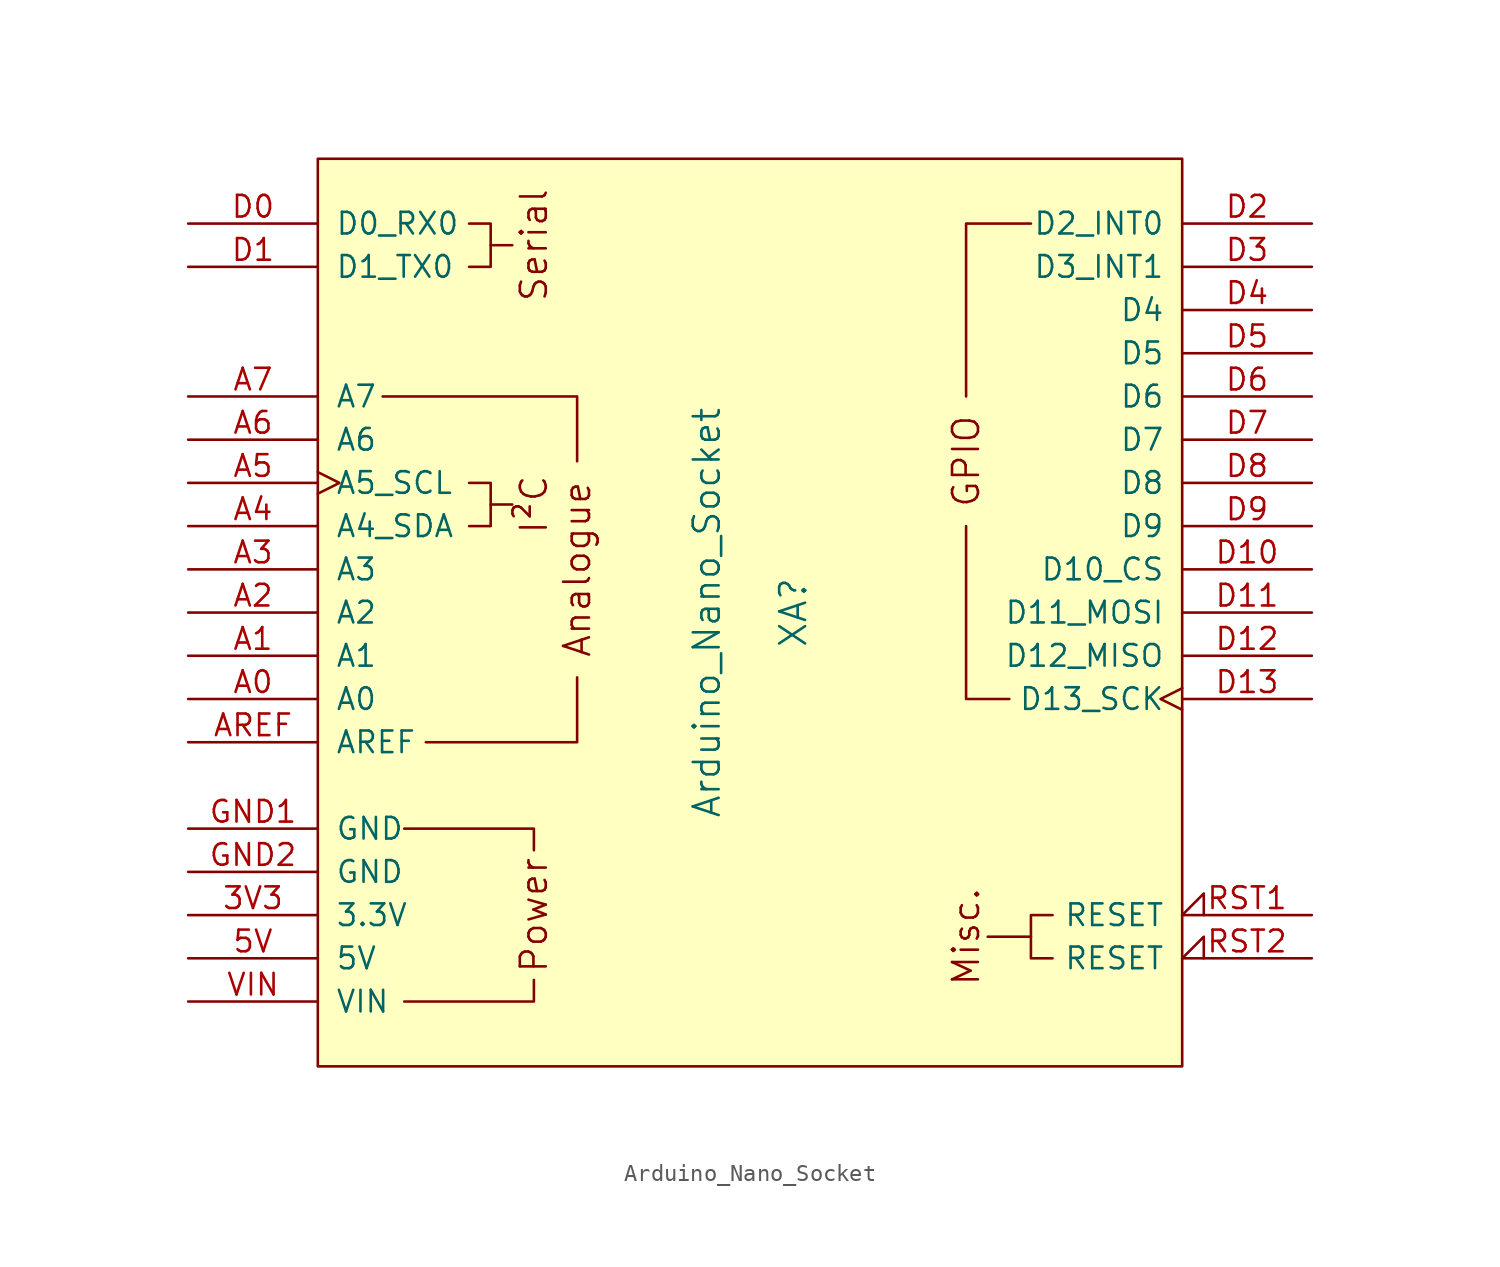
<source format=kicad_sym>
(kicad_symbol_lib
  (version 20211014)
  (generator kicad_symbol_editor)
  (symbol "Arduino_Nano_Socket"
    (pin_names
      (offset 1.016))
    (property "Reference" "XA"
      (at 2.54 0 90)
      (effects (font (size 1.524 1.524))))
    (property "Value" "Arduino_Nano_Socket"
      (at -2.54 0 90)
      (effects (font (size 1.524 1.524))))
    (symbol "Arduino_Nano_Socket_0_0"
      (rectangle (start -25.4 26.67) (end 25.4 -26.67) (stroke (width 0) (type default) (color 0 0 0 0)) (fill (type background)))
      (polyline (pts (xy -15.24 6.35) (xy -13.97 6.35)) (stroke (width 0) (type default) (color 0 0 0 0)) (fill (type none)))
      (polyline (pts (xy -15.24 21.59) (xy -13.97 21.59)) (stroke (width 0) (type default) (color 0 0 0 0)) (fill (type none)))
      (polyline (pts (xy 16.51 -19.05) (xy 13.97 -19.05)) (stroke (width 0) (type default) (color 0 0 0 0)) (fill (type none)))
      (polyline (pts (xy -20.32 -22.86) (xy -12.7 -22.86) (xy -12.7 -21.59)) (stroke (width 0) (type default) (color 0 0 0 0)) (fill (type none)))
      (polyline (pts (xy -12.7 -13.97) (xy -12.7 -12.7) (xy -20.32 -12.7)) (stroke (width 0) (type default) (color 0 0 0 0)) (fill (type none)))
      (polyline (pts (xy -16.51 7.62) (xy -15.24 7.62) (xy -15.24 5.08) (xy -16.51 5.08)) (stroke (width 0) (type default) (color 0 0 0 0)) (fill (type none)))
      (polyline (pts (xy -16.51 22.86) (xy -15.24 22.86) (xy -15.24 20.32) (xy -16.51 20.32)) (stroke (width 0) (type default) (color 0 0 0 0)) (fill (type none)))
      (text "Analogue" (at -10.16 2.54 900) (effects (font (size 1.524 1.524))))
      (text "I²C" (at -12.7 6.35 900) (effects (font (size 1.524 1.524))))
      (text "Misc." (at 12.7 -19.05 900) (effects (font (size 1.524 1.524))))
      (text "Power" (at -12.7 -17.78 900) (effects (font (size 1.524 1.524))))
      (text "Serial" (at -12.7 21.59 900) (effects (font (size 1.524 1.524)))))
    (symbol "Arduino_Nano_Socket_0_1"
      (polyline (pts (xy -21.59 12.7) (xy -10.16 12.7) (xy -10.16 8.89)) (stroke (width 0) (type default) (color 0 0 0 0)) (fill (type none)))
      (polyline (pts (xy -19.05 -7.62) (xy -10.16 -7.62) (xy -10.16 -3.81)) (stroke (width 0) (type default) (color 0 0 0 0)) (fill (type none)))
      (polyline (pts (xy 15.24 -5.08) (xy 12.7 -5.08) (xy 12.7 5.08)) (stroke (width 0) (type default) (color 0 0 0 0)) (fill (type none)))
      (polyline (pts (xy 16.51 22.86) (xy 12.7 22.86) (xy 12.7 12.7)) (stroke (width 0) (type default) (color 0 0 0 0)) (fill (type none)))
      (polyline (pts (xy 17.78 -17.78) (xy 16.51 -17.78) (xy 16.51 -20.32) (xy 17.78 -20.32)) (stroke (width 0) (type default) (color 0 0 0 0)) (fill (type none))))
    (symbol "Arduino_Nano_Socket_1_0"
      (text "GPIO" (at 12.7 8.89 900) (effects (font (size 1.524 1.524)))))
    (symbol "Arduino_Nano_Socket_1_1"
      (pin power_out line (at -33.02 -17.78 0) (length 7.62) (name "3.3V" (effects (font (size 1.27 1.27)))) (number "3V3" (effects (font (size 1.27 1.27)))))
      (pin power_in line (at -33.02 -20.32 0) (length 7.62) (name "5V" (effects (font (size 1.27 1.27)))) (number "5V" (effects (font (size 1.27 1.27)))))
      (pin bidirectional line (at -33.02 -5.08 0) (length 7.62) (name "A0" (effects (font (size 1.27 1.27)))) (number "A0" (effects (font (size 1.27 1.27)))))
      (pin bidirectional line (at -33.02 -2.54 0) (length 7.62) (name "A1" (effects (font (size 1.27 1.27)))) (number "A1" (effects (font (size 1.27 1.27)))))
      (pin bidirectional line (at -33.02 0 0) (length 7.62) (name "A2" (effects (font (size 1.27 1.27)))) (number "A2" (effects (font (size 1.27 1.27)))))
      (pin bidirectional line (at -33.02 2.54 0) (length 7.62) (name "A3" (effects (font (size 1.27 1.27)))) (number "A3" (effects (font (size 1.27 1.27)))))
      (pin bidirectional line (at -33.02 5.08 0) (length 7.62) (name "A4_SDA" (effects (font (size 1.27 1.27)))) (number "A4" (effects (font (size 1.27 1.27)))))
      (pin bidirectional clock (at -33.02 7.62 0) (length 7.62) (name "A5_SCL" (effects (font (size 1.27 1.27)))) (number "A5" (effects (font (size 1.27 1.27)))))
      (pin input line (at -33.02 10.16 0) (length 7.62) (name "A6" (effects (font (size 1.27 1.27)))) (number "A6" (effects (font (size 1.27 1.27)))))
      (pin input line (at -33.02 12.7 0) (length 7.62) (name "A7" (effects (font (size 1.27 1.27)))) (number "A7" (effects (font (size 1.27 1.27)))))
      (pin input line (at -33.02 -7.62 0) (length 7.62) (name "AREF" (effects (font (size 1.27 1.27)))) (number "AREF" (effects (font (size 1.27 1.27)))))
      (pin bidirectional line (at -33.02 22.86 0) (length 7.62) (name "D0_RX0" (effects (font (size 1.27 1.27)))) (number "D0" (effects (font (size 1.27 1.27)))))
      (pin bidirectional line (at -33.02 20.32 0) (length 7.62) (name "D1_TX0" (effects (font (size 1.27 1.27)))) (number "D1" (effects (font (size 1.27 1.27)))))
      (pin bidirectional line (at 33.02 2.54 180) (length 7.62) (name "D10_CS" (effects (font (size 1.27 1.27)))) (number "D10" (effects (font (size 1.27 1.27)))))
      (pin bidirectional line (at 33.02 0 180) (length 7.62) (name "D11_MOSI" (effects (font (size 1.27 1.27)))) (number "D11" (effects (font (size 1.27 1.27)))))
      (pin bidirectional line (at 33.02 -2.54 180) (length 7.62) (name "D12_MISO" (effects (font (size 1.27 1.27)))) (number "D12" (effects (font (size 1.27 1.27)))))
      (pin bidirectional clock (at 33.02 -5.08 180) (length 7.62) (name "D13_SCK" (effects (font (size 1.27 1.27)))) (number "D13" (effects (font (size 1.27 1.27)))))
      (pin bidirectional line (at 33.02 22.86 180) (length 7.62) (name "D2_INT0" (effects (font (size 1.27 1.27)))) (number "D2" (effects (font (size 1.27 1.27)))))
      (pin bidirectional line (at 33.02 20.32 180) (length 7.62) (name "D3_INT1" (effects (font (size 1.27 1.27)))) (number "D3" (effects (font (size 1.27 1.27)))))
      (pin bidirectional line (at 33.02 17.78 180) (length 7.62) (name "D4" (effects (font (size 1.27 1.27)))) (number "D4" (effects (font (size 1.27 1.27)))))
      (pin bidirectional line (at 33.02 15.24 180) (length 7.62) (name "D5" (effects (font (size 1.27 1.27)))) (number "D5" (effects (font (size 1.27 1.27)))))
      (pin bidirectional line (at 33.02 12.7 180) (length 7.62) (name "D6" (effects (font (size 1.27 1.27)))) (number "D6" (effects (font (size 1.27 1.27)))))
      (pin bidirectional line (at 33.02 10.16 180) (length 7.62) (name "D7" (effects (font (size 1.27 1.27)))) (number "D7" (effects (font (size 1.27 1.27)))))
      (pin bidirectional line (at 33.02 7.62 180) (length 7.62) (name "D8" (effects (font (size 1.27 1.27)))) (number "D8" (effects (font (size 1.27 1.27)))))
      (pin bidirectional line (at 33.02 5.08 180) (length 7.62) (name "D9" (effects (font (size 1.27 1.27)))) (number "D9" (effects (font (size 1.27 1.27)))))
      (pin power_in line (at -33.02 -12.7 0) (length 7.62) (name "GND" (effects (font (size 1.27 1.27)))) (number "GND1" (effects (font (size 1.27 1.27)))))
      (pin power_in line (at -33.02 -15.24 0) (length 7.62) (name "GND" (effects (font (size 1.27 1.27)))) (number "GND2" (effects (font (size 1.27 1.27)))))
      (pin open_collector input_low (at 33.02 -17.78 180) (length 7.62) (name "RESET" (effects (font (size 1.27 1.27)))) (number "RST1" (effects (font (size 1.27 1.27)))))
      (pin open_collector input_low (at 33.02 -20.32 180) (length 7.62) (name "RESET" (effects (font (size 1.27 1.27)))) (number "RST2" (effects (font (size 1.27 1.27)))))
      (pin power_in line (at -33.02 -22.86 0) (length 7.62) (name "VIN" (effects (font (size 1.27 1.27)))) (number "VIN" (effects (font (size 1.27 1.27))))))))
</source>
